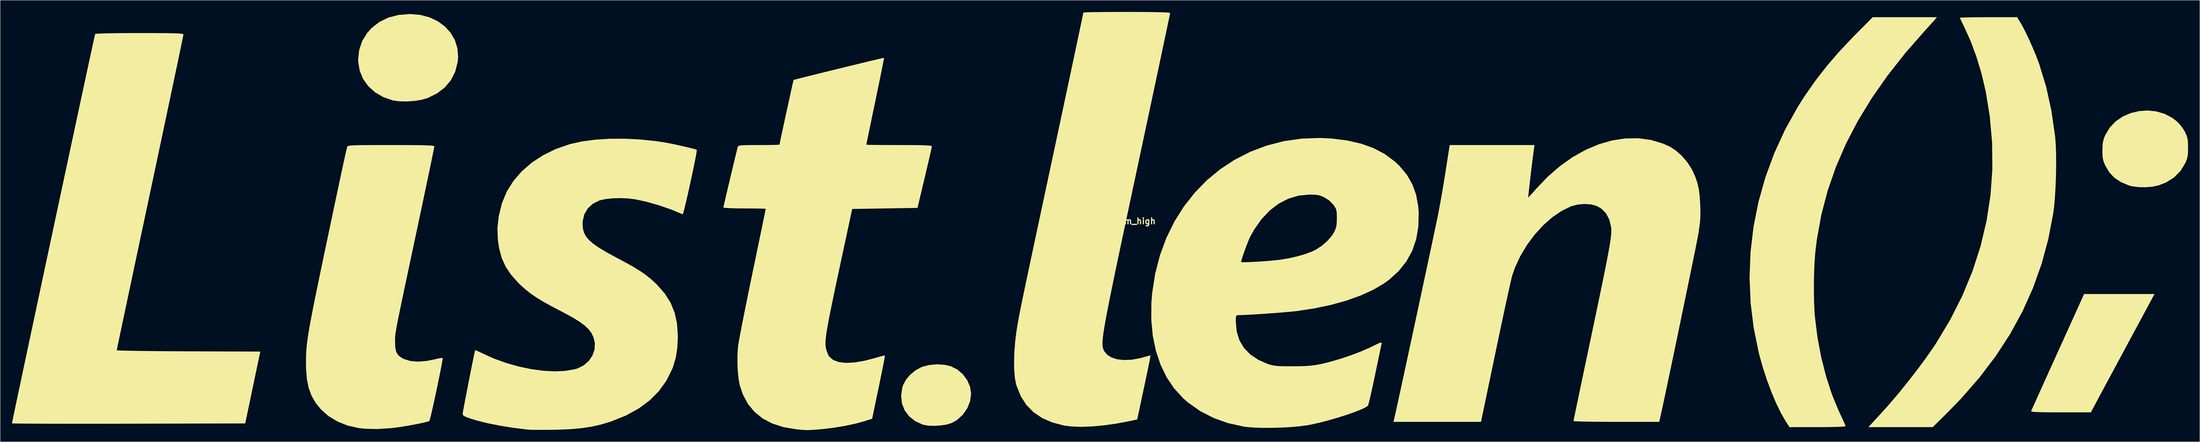
<source format=kicad_pcb>
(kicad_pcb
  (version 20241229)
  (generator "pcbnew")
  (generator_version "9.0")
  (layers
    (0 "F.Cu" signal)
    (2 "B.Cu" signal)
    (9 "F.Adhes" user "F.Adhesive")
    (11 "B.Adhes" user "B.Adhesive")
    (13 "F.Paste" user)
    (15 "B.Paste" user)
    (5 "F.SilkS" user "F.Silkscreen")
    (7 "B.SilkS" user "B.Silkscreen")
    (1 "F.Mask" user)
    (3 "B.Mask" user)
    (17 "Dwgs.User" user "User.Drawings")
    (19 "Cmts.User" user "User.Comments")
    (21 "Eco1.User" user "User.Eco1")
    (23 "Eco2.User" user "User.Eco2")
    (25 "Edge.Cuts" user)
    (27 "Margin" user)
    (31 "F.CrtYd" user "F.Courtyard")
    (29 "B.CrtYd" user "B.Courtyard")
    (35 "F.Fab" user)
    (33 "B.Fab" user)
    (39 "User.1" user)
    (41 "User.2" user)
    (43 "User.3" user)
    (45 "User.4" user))
  (footprint "list-dotlen_107mm_high"
    (layer "F.Cu")
    (at 277.779 53.502)
    (property "Reference" "list-dotlen_107mm_high" (at 0 0 0) (layer "F.SilkS") (effects (font (size 1.524 1.524) (thickness 0.3))))
    (attr board_only exclude_from_pos_files exclude_from_bom)
    (fp_poly (pts (xy 262.869 30.196) (xy 261.551 32.648) (xy 260.246 35.077) (xy 258.989 37.418) (xy 257.816 39.604) (xy 256.762 41.568) (xy 255.864 43.244) (xy 255.156 44.564) (xy 254.748 45.328) (xy 252.836 48.909) (xy 245.148 48.909) (xy 242.824 48.904) (xy 240.993 48.888) (xy 239.609 48.859) (xy 238.624 48.815) (xy 237.991 48.754) (xy 237.663 48.674) (xy 237.592 48.572) (xy 237.593 48.571) (xy 237.725 48.27) (xy 238.061 47.52) (xy 238.58 46.366) (xy 239.262 44.851) (xy 240.089 43.019) (xy 241.039 40.913) (xy 242.093 38.579) (xy 243.232 36.058) (xy 244.416 33.439) (xy 251.105 18.645) (xy 269.078 18.645)) (stroke (width 0) (type solid)) (fill yes) (layer "F.SilkS"))
    (fp_poly (pts (xy -39.65 36.761) (xy -38.109 37.13) (xy -36.471 37.961) (xy -35.06 39.185) (xy -33.953 40.697) (xy -33.229 42.389) (xy -32.966 44.155) (xy -32.966 44.179) (xy -33.224 46.068) (xy -33.949 47.88) (xy -35.07 49.503) (xy -36.514 50.831) (xy -37.892 51.623) (xy -39.158 52.016) (xy -40.728 52.267) (xy -42.402 52.367) (xy -43.979 52.303) (xy -45.259 52.063) (xy -45.308 52.048) (xy -47.236 51.165) (xy -48.782 49.934) (xy -49.916 48.412) (xy -50.609 46.658) (xy -50.831 44.73) (xy -50.553 42.689) (xy -50.347 42.001) (xy -49.634 40.616) (xy -48.518 39.287) (xy -47.13 38.145) (xy -45.603 37.319) (xy -45.522 37.287) (xy -43.698 36.801) (xy -41.666 36.624)) (stroke (width 0) (type solid)) (fill yes) (layer "F.SilkS"))
    (fp_poly (pts (xy -173.565 -52.742) (xy -171.184 -52.112) (xy -169.071 -51.11) (xy -167.264 -49.78) (xy -165.803 -48.16) (xy -164.729 -46.293) (xy -164.082 -44.22) (xy -163.902 -41.98) (xy -164.035 -40.565) (xy -164.675 -38.144) (xy -165.768 -36.012) (xy -167.302 -34.183) (xy -169.265 -32.672) (xy -171.646 -31.492) (xy -171.785 -31.439) (xy -173.32 -31.009) (xy -175.165 -30.725) (xy -177.121 -30.6) (xy -178.988 -30.645) (xy -180.567 -30.872) (xy -180.678 -30.9) (xy -183.069 -31.749) (xy -185.135 -32.97) (xy -186.838 -34.517) (xy -188.142 -36.345) (xy -189.007 -38.409) (xy -189.397 -40.665) (xy -189.416 -41.324) (xy -189.154 -43.78) (xy -188.386 -46.051) (xy -187.125 -48.11) (xy -186.023 -49.343) (xy -184.031 -50.916) (xy -181.734 -52.044) (xy -179.135 -52.727) (xy -176.241 -52.962) (xy -176.171 -52.962)) (stroke (width 0) (type solid)) (fill yes) (layer "F.SilkS"))
    (fp_poly (pts (xy 269.584 -28.052) (xy 271.717 -27.414) (xy 273.691 -26.363) (xy 274.916 -25.395) (xy 275.751 -24.476) (xy 276.539 -23.366) (xy 276.895 -22.736) (xy 277.271 -21.895) (xy 277.497 -21.133) (xy 277.609 -20.257) (xy 277.643 -19.073) (xy 277.644 -18.78) (xy 277.617 -17.48) (xy 277.516 -16.524) (xy 277.304 -15.716) (xy 276.946 -14.861) (xy 276.941 -14.849) (xy 275.709 -12.831) (xy 274.084 -11.181) (xy 272.072 -9.906) (xy 270.188 -9.159) (xy 268.608 -8.817) (xy 266.799 -8.662) (xy 264.965 -8.695) (xy 263.313 -8.915) (xy 262.508 -9.133) (xy 260.446 -10.012) (xy 258.818 -11.102) (xy 257.535 -12.482) (xy 256.505 -14.227) (xy 256.461 -14.321) (xy 256.093 -15.208) (xy 255.883 -16.048) (xy 255.791 -17.05) (xy 255.778 -18.104) (xy 255.817 -19.4) (xy 255.949 -20.385) (xy 256.218 -21.29) (xy 256.557 -22.099) (xy 257.683 -23.97) (xy 259.181 -25.524) (xy 260.974 -26.747) (xy 262.986 -27.625) (xy 265.143 -28.144) (xy 267.367 -28.291)) (stroke (width 0) (type solid)) (fill yes) (layer "F.SilkS"))
    (fp_poly (pts (xy 213.037 -51.545) (xy 212.635 -51.088) (xy 211.974 -50.354) (xy 211.163 -49.462) (xy 210.658 -48.911) (xy 205.54 -43.065) (xy 200.953 -37.239) (xy 196.886 -31.414) (xy 193.332 -25.572) (xy 190.28 -19.695) (xy 187.723 -13.765) (xy 185.65 -7.763) (xy 184.054 -1.672) (xy 182.925 4.526) (xy 182.529 7.701) (xy 182.344 9.955) (xy 182.217 12.569) (xy 182.149 15.38) (xy 182.142 18.227) (xy 182.196 20.946) (xy 182.313 23.374) (xy 182.398 24.454) (xy 183.044 29.665) (xy 184 34.775) (xy 185.242 39.69) (xy 186.744 44.313) (xy 188.482 48.547) (xy 188.762 49.144) (xy 189.32 50.33) (xy 189.78 51.342) (xy 190.098 52.08) (xy 190.229 52.443) (xy 190.23 52.455) (xy 189.971 52.517) (xy 189.243 52.574) (xy 188.114 52.622) (xy 186.656 52.659) (xy 184.938 52.683) (xy 183.066 52.691) (xy 175.902 52.691) (xy 174.911 51.143) (xy 173.71 49.051) (xy 172.487 46.526) (xy 171.284 43.67) (xy 170.142 40.588) (xy 169.099 37.383) (xy 168.198 34.158) (xy 168.087 33.717) (xy 166.772 27.313) (xy 165.985 20.852) (xy 165.72 14.364) (xy 165.971 7.88) (xy 166.735 1.432) (xy 168.004 -4.952) (xy 169.773 -11.239) (xy 172.038 -17.399) (xy 174.792 -23.401) (xy 178.03 -29.215) (xy 179.766 -31.948) (xy 182.496 -35.869) (xy 185.372 -39.587) (xy 188.505 -43.237) (xy 192.005 -46.955) (xy 192.532 -47.49) (xy 197.149 -52.151) (xy 213.552 -52.151)) (stroke (width 0) (type solid)) (fill yes) (layer "F.SilkS"))
    (fp_poly (pts (xy 234.725 -51.003) (xy 235.393 -49.841) (xy 236.184 -48.297) (xy 237.038 -46.499) (xy 237.898 -44.574) (xy 238.706 -42.65) (xy 239.405 -40.854) (xy 239.663 -40.135) (xy 241.421 -34.352) (xy 242.752 -28.318) (xy 243.667 -21.983) (xy 243.746 -21.235) (xy 243.887 -19.265) (xy 243.961 -16.895) (xy 243.972 -14.26) (xy 243.923 -11.494) (xy 243.819 -8.735) (xy 243.662 -6.116) (xy 243.457 -3.773) (xy 243.235 -2.018) (xy 241.975 4.579) (xy 240.254 10.948) (xy 238.063 17.107) (xy 235.392 23.073) (xy 232.233 28.865) (xy 228.576 34.499) (xy 224.412 39.994) (xy 219.731 45.367) (xy 216.232 48.976) (xy 212.479 52.691) (xy 196.08 52.691) (xy 196.735 51.951) (xy 197.208 51.427) (xy 197.929 50.639) (xy 198.776 49.721) (xy 199.208 49.255) (xy 201.387 46.825) (xy 203.709 44.087) (xy 206.075 41.164) (xy 208.389 38.18) (xy 210.553 35.26) (xy 212.471 32.526) (xy 213.294 31.289) (xy 216.93 25.235) (xy 220.042 19.06) (xy 222.629 12.772) (xy 224.69 6.381) (xy 226.221 -0.105) (xy 227.223 -6.678) (xy 227.693 -13.329) (xy 227.628 -20.05) (xy 227.029 -26.831) (xy 226.008 -33.092) (xy 224.961 -37.592) (xy 223.636 -42.008) (xy 222.083 -46.19) (xy 220.458 -49.781) (xy 219.986 -50.738) (xy 219.626 -51.5) (xy 219.431 -51.947) (xy 219.413 -52.01) (xy 219.671 -52.047) (xy 220.401 -52.081) (xy 221.531 -52.109) (xy 222.993 -52.131) (xy 224.717 -52.146) (xy 226.633 -52.151) (xy 226.705 -52.151) (xy 233.997 -52.151)) (stroke (width 0) (type solid)) (fill yes) (layer "F.SilkS"))
    (fp_poly (pts (xy -242.369 -48.095) (xy -240.034 -48.086) (xy -238.152 -48.069) (xy -236.683 -48.042) (xy -235.582 -48.005) (xy -234.807 -47.956) (xy -234.315 -47.893) (xy -234.062 -47.816) (xy -234.004 -47.741) (xy -234.059 -47.44) (xy -234.221 -46.64) (xy -234.483 -45.369) (xy -234.838 -43.657) (xy -235.282 -41.533) (xy -235.808 -39.025) (xy -236.409 -36.163) (xy -237.08 -32.977) (xy -237.815 -29.494) (xy -238.607 -25.744) (xy -239.45 -21.756) (xy -240.338 -17.559) (xy -241.265 -13.183) (xy -242.225 -8.656) (xy -242.516 -7.287) (xy -243.484 -2.724) (xy -244.422 1.696) (xy -245.322 5.943) (xy -246.179 9.989) (xy -246.986 13.804) (xy -247.738 17.359) (xy -248.429 20.626) (xy -249.051 23.576) (xy -249.6 26.179) (xy -250.069 28.407) (xy -250.452 30.231) (xy -250.742 31.622) (xy -250.935 32.551) (xy -251.023 32.989) (xy -251.028 33.021) (xy -250.765 33.058) (xy -250.005 33.094) (xy -248.793 33.13) (xy -247.173 33.165) (xy -245.188 33.198) (xy -242.882 33.227) (xy -240.299 33.254) (xy -237.484 33.276) (xy -234.479 33.294) (xy -232.713 33.302) (xy -214.399 33.371) (xy -218.239 51.746) (xy -248.009 51.814) (xy -251.971 51.822) (xy -255.778 51.827) (xy -259.396 51.828) (xy -262.791 51.827) (xy -265.928 51.823) (xy -268.773 51.816) (xy -271.29 51.807) (xy -273.446 51.795) (xy -275.207 51.781) (xy -276.537 51.765) (xy -277.402 51.746) (xy -277.768 51.726) (xy -277.779 51.721) (xy -277.723 51.427) (xy -277.562 50.637) (xy -277.301 49.383) (xy -276.947 47.695) (xy -276.507 45.606) (xy -275.988 43.147) (xy -275.396 40.349) (xy -274.738 37.245) (xy -274.021 33.866) (xy -273.252 30.243) (xy -272.437 26.408) (xy -271.583 22.392) (xy -270.697 18.227) (xy -269.785 13.944) (xy -268.855 9.576) (xy -267.912 5.153) (xy -266.964 0.707) (xy -266.018 -3.73) (xy -265.08 -8.127) (xy -264.156 -12.452) (xy -263.254 -16.674) (xy -262.381 -20.761) (xy -261.542 -24.681) (xy -260.745 -28.404) (xy -259.997 -31.897) (xy -259.304 -35.129) (xy -258.673 -38.068) (xy -258.11 -40.684) (xy -257.623 -42.943) (xy -257.218 -44.816) (xy -256.902 -46.269) (xy -256.681 -47.273) (xy -256.563 -47.794) (xy -256.545 -47.864) (xy -256.252 -47.914) (xy -255.476 -47.961) (xy -254.274 -48.002) (xy -252.703 -48.038) (xy -250.821 -48.066) (xy -248.683 -48.086) (xy -246.349 -48.097) (xy -245.202 -48.098)) (stroke (width 0) (type solid)) (fill yes) (layer "F.SilkS"))
    (fp_poly (pts (xy -178.203 -19.452) (xy -175.879 -19.443) (xy -174.01 -19.425) (xy -172.554 -19.397) (xy -171.468 -19.359) (xy -170.709 -19.308) (xy -170.236 -19.244) (xy -170.004 -19.165) (xy -169.964 -19.103) (xy -170.019 -18.79) (xy -170.178 -17.988) (xy -170.433 -16.738) (xy -170.776 -15.078) (xy -171.197 -13.05) (xy -171.69 -10.692) (xy -172.246 -8.044) (xy -172.856 -5.148) (xy -173.511 -2.041) (xy -174.205 1.235) (xy -174.576 2.987) (xy -175.473 7.215) (xy -176.265 10.948) (xy -176.959 14.22) (xy -177.56 17.064) (xy -178.076 19.515) (xy -178.513 21.606) (xy -178.878 23.371) (xy -179.177 24.844) (xy -179.417 26.059) (xy -179.604 27.048) (xy -179.746 27.847) (xy -179.848 28.489) (xy -179.918 29.008) (xy -179.961 29.437) (xy -179.985 29.81) (xy -179.996 30.161) (xy -180.001 30.525) (xy -180.004 30.816) (xy -179.946 32.352) (xy -179.687 33.479) (xy -179.17 34.311) (xy -178.336 34.959) (xy -177.715 35.281) (xy -176.093 35.778) (xy -174.138 35.942) (xy -171.946 35.772) (xy -170.097 35.398) (xy -169.099 35.162) (xy -168.317 35.016) (xy -167.885 34.981) (xy -167.844 34.995) (xy -167.86 35.287) (xy -167.977 36.026) (xy -168.179 37.135) (xy -168.45 38.533) (xy -168.773 40.141) (xy -169.131 41.88) (xy -169.507 43.67) (xy -169.885 45.434) (xy -170.248 47.09) (xy -170.579 48.561) (xy -170.862 49.766) (xy -171.08 50.627) (xy -171.216 51.064) (xy -171.236 51.098) (xy -171.611 51.257) (xy -172.419 51.473) (xy -173.562 51.729) (xy -174.937 52.004) (xy -176.445 52.28) (xy -177.984 52.539) (xy -179.455 52.759) (xy -180.756 52.924) (xy -181.004 52.95) (xy -184.611 53.18) (xy -187.788 53.097) (xy -189.274 52.931) (xy -192.107 52.29) (xy -194.721 51.242) (xy -197.036 49.828) (xy -198.847 48.222) (xy -200.245 46.509) (xy -201.302 44.687) (xy -202.048 42.669) (xy -202.51 40.367) (xy -202.717 37.694) (xy -202.735 36.344) (xy -202.729 35.463) (xy -202.714 34.625) (xy -202.685 33.8) (xy -202.634 32.954) (xy -202.558 32.057) (xy -202.449 31.076) (xy -202.303 29.98) (xy -202.113 28.737) (xy -201.875 27.315) (xy -201.581 25.682) (xy -201.226 23.807) (xy -200.806 21.658) (xy -200.313 19.203) (xy -199.742 16.41) (xy -199.088 13.247) (xy -198.345 9.684) (xy -197.507 5.687) (xy -196.568 1.226) (xy -195.523 -3.733) (xy -195.513 -3.783) (xy -194.806 -7.128) (xy -194.202 -9.98) (xy -193.691 -12.374) (xy -193.267 -14.348) (xy -192.92 -15.937) (xy -192.645 -17.176) (xy -192.432 -18.103) (xy -192.274 -18.752) (xy -192.213 -18.982) (xy -192.152 -19.1) (xy -192.005 -19.196) (xy -191.724 -19.273) (xy -191.259 -19.333) (xy -190.562 -19.379) (xy -189.584 -19.411) (xy -188.275 -19.433) (xy -186.587 -19.446) (xy -184.471 -19.453) (xy -181.878 -19.455) (xy -181.024 -19.455)) (stroke (width 0) (type solid)) (fill yes) (layer "F.SilkS"))
    (fp_poly (pts (xy 9.775 -53.496) (xy 12.339 -53.476) (xy 14.431 -53.445) (xy 16.038 -53.401) (xy 17.144 -53.346) (xy 17.734 -53.28) (xy 17.834 -53.234) (xy 17.779 -52.944) (xy 17.617 -52.154) (xy 17.354 -50.893) (xy 16.997 -49.191) (xy 16.552 -47.077) (xy 16.025 -44.579) (xy 15.422 -41.726) (xy 14.749 -38.548) (xy 14.013 -35.073) (xy 13.219 -31.33) (xy 12.373 -27.349) (xy 11.482 -23.158) (xy 10.552 -18.787) (xy 9.59 -14.264) (xy 9.3 -12.905) (xy 8.096 -7.25) (xy 7 -2.098) (xy 6.008 2.574) (xy 5.117 6.793) (xy 4.32 10.582) (xy 3.614 13.966) (xy 2.994 16.971) (xy 2.457 19.62) (xy 1.996 21.939) (xy 1.609 23.953) (xy 1.29 25.686) (xy 1.035 27.162) (xy 0.84 28.408) (xy 0.7 29.447) (xy 0.61 30.304) (xy 0.567 31.004) (xy 0.565 31.572) (xy 0.601 32.033) (xy 0.669 32.411) (xy 0.766 32.731) (xy 0.887 33.018) (xy 0.996 33.236) (xy 1.757 34.165) (xy 2.837 34.857) (xy 4.27 35.331) (xy 6.034 35.527) (xy 7.998 35.447) (xy 10.028 35.09) (xy 10.8 34.879) (xy 11.742 34.605) (xy 12.455 34.422) (xy 12.81 34.363) (xy 12.825 34.368) (xy 12.79 34.644) (xy 12.654 35.377) (xy 12.433 36.496) (xy 12.14 37.93) (xy 11.79 39.608) (xy 11.451 41.207) (xy 11.041 43.129) (xy 10.653 44.951) (xy 10.306 46.583) (xy 10.02 47.933) (xy 9.812 48.912) (xy 9.722 49.345) (xy 9.434 50.727) (xy 7.352 51.174) (xy 4.135 51.784) (xy 0.97 52.231) (xy -2.052 52.509) (xy -4.84 52.611) (xy -7.3 52.533) (xy -9.225 52.289) (xy -12.245 51.498) (xy -14.859 50.352) (xy -17.073 48.847) (xy -18.892 46.976) (xy -20.32 44.737) (xy -21.364 42.124) (xy -21.511 41.613) (xy -21.795 40.11) (xy -21.958 38.187) (xy -22.002 35.952) (xy -21.928 33.511) (xy -21.737 30.973) (xy -21.43 28.443) (xy -21.379 28.102) (xy -21.275 27.438) (xy -21.17 26.786) (xy -21.058 26.114) (xy -20.93 25.391) (xy -20.781 24.583) (xy -20.605 23.66) (xy -20.393 22.589) (xy -20.141 21.337) (xy -19.841 19.873) (xy -19.487 18.165) (xy -19.071 16.181) (xy -18.588 13.888) (xy -18.031 11.254) (xy -17.393 8.248) (xy -16.668 4.838) (xy -15.849 0.99) (xy -14.929 -3.326) (xy -14.053 -7.431) (xy -12.734 -13.619) (xy -11.503 -19.397) (xy -10.362 -24.755) (xy -9.313 -29.684) (xy -8.358 -34.174) (xy -7.5 -38.217) (xy -6.739 -41.802) (xy -6.079 -44.921) (xy -5.521 -47.564) (xy -5.067 -49.722) (xy -4.719 -51.385) (xy -4.478 -52.545) (xy -4.348 -53.193) (xy -4.323 -53.334) (xy -4.063 -53.37) (xy -3.318 -53.404) (xy -2.146 -53.434) (xy -0.603 -53.459) (xy 1.255 -53.48) (xy 3.37 -53.494) (xy 5.687 -53.501) (xy 6.755 -53.502)) (stroke (width 0) (type solid)) (fill yes) (layer "F.SilkS"))
    (fp_poly (pts (xy -117.287 -20.871) (xy -113.265 -20.44) (xy -111.193 -20.126) (xy -110.188 -19.941) (xy -108.96 -19.691) (xy -107.617 -19.401) (xy -106.268 -19.096) (xy -105.023 -18.801) (xy -103.989 -18.542) (xy -103.276 -18.343) (xy -102.997 -18.235) (xy -103.004 -17.94) (xy -103.117 -17.203) (xy -103.318 -16.101) (xy -103.591 -14.71) (xy -103.92 -13.106) (xy -104.287 -11.366) (xy -104.675 -9.568) (xy -105.069 -7.788) (xy -105.451 -6.102) (xy -105.804 -4.587) (xy -106.113 -3.32) (xy -106.36 -2.378) (xy -106.528 -1.837) (xy -106.589 -1.738) (xy -109.563 -2.983) (xy -112.796 -4.097) (xy -116.054 -5.008) (xy -118.759 -5.581) (xy -120.531 -5.799) (xy -122.455 -5.882) (xy -124.37 -5.836) (xy -126.116 -5.665) (xy -127.535 -5.375) (xy -127.826 -5.282) (xy -129.522 -4.432) (xy -130.822 -3.236) (xy -131.693 -1.738) (xy -132.104 0.018) (xy -132.134 0.676) (xy -132.057 1.836) (xy -131.796 2.879) (xy -131.307 3.849) (xy -130.547 4.788) (xy -129.47 5.741) (xy -128.034 6.752) (xy -126.194 7.863) (xy -123.906 9.118) (xy -123.279 9.449) (xy -120.949 10.696) (xy -119.027 11.785) (xy -117.426 12.774) (xy -116.062 13.722) (xy -114.846 14.687) (xy -113.692 15.727) (xy -113.071 16.334) (xy -111.124 18.563) (xy -109.654 20.903) (xy -108.632 23.427) (xy -108.03 26.205) (xy -107.82 29.308) (xy -107.82 29.564) (xy -107.947 32.394) (xy -108.339 34.892) (xy -109.021 37.212) (xy -109.255 37.82) (xy -110.734 40.798) (xy -112.645 43.47) (xy -114.994 45.841) (xy -117.787 47.915) (xy -121.029 49.699) (xy -124.726 51.196) (xy -125.1 51.324) (xy -127.45 52.029) (xy -129.831 52.568) (xy -132.359 52.955) (xy -135.149 53.209) (xy -138.319 53.345) (xy -139.43 53.366) (xy -141.181 53.385) (xy -142.815 53.391) (xy -144.23 53.385) (xy -145.324 53.366) (xy -145.994 53.337) (xy -146.05 53.332) (xy -149.703 52.882) (xy -153.153 52.334) (xy -156.311 51.705) (xy -159.088 51.012) (xy -160.912 50.444) (xy -161.888 50.087) (xy -162.449 49.811) (xy -162.697 49.541) (xy -162.734 49.206) (xy -162.728 49.146) (xy -162.654 48.687) (xy -162.495 47.807) (xy -162.266 46.585) (xy -161.983 45.1) (xy -161.661 43.433) (xy -161.316 41.662) (xy -160.964 39.867) (xy -160.62 38.126) (xy -160.299 36.519) (xy -160.017 35.125) (xy -159.791 34.024) (xy -159.634 33.294) (xy -159.563 33.016) (xy -159.563 33.016) (xy -159.3 33.086) (xy -158.687 33.35) (xy -157.853 33.752) (xy -157.791 33.783) (xy -154.806 35.135) (xy -151.666 36.273) (xy -148.452 37.184) (xy -145.247 37.856) (xy -142.131 38.275) (xy -139.186 38.428) (xy -136.494 38.303) (xy -134.136 37.886) (xy -133.434 37.678) (xy -131.87 36.91) (xy -130.583 35.788) (xy -129.634 34.407) (xy -129.087 32.864) (xy -129.003 31.253) (xy -129.043 30.96) (xy -129.336 29.771) (xy -129.828 28.694) (xy -130.57 27.682) (xy -131.613 26.688) (xy -133.005 25.666) (xy -134.798 24.57) (xy -137.042 23.352) (xy -137.53 23.1) (xy -140 21.805) (xy -142.054 20.665) (xy -143.772 19.626) (xy -145.238 18.632) (xy -146.532 17.631) (xy -147.736 16.568) (xy -148.501 15.826) (xy -150.355 13.761) (xy -151.753 11.683) (xy -152.758 9.465) (xy -153.429 6.979) (xy -153.751 4.868) (xy -153.87 1.82) (xy -153.53 -1.281) (xy -152.72 -4.527) (xy -152.655 -4.732) (xy -151.455 -7.606) (xy -149.777 -10.285) (xy -147.656 -12.738) (xy -145.128 -14.933) (xy -142.231 -16.84) (xy -139.001 -18.426) (xy -135.474 -19.66) (xy -135.313 -19.705) (xy -132.311 -20.375) (xy -128.909 -20.828) (xy -125.207 -21.063) (xy -121.3 -21.078)) (stroke (width 0) (type solid)) (fill yes) (layer "F.SilkS"))
    (fp_poly (pts (xy 140.511 -20.764) (xy 143.603 -19.841) (xy 145.381 -19.048) (xy 146.911 -18.055) (xy 148.437 -16.679) (xy 149.824 -15.06) (xy 150.94 -13.34) (xy 151.153 -12.928) (xy 151.882 -11.3) (xy 152.41 -9.758) (xy 152.771 -8.148) (xy 153.001 -6.314) (xy 153.133 -4.102) (xy 153.134 -4.053) (xy 153.178 -2.466) (xy 153.166 -1.13) (xy 153.083 0.135) (xy 152.918 1.511) (xy 152.657 3.18) (xy 152.559 3.757) (xy 152.426 4.47) (xy 152.193 5.661) (xy 151.87 7.278) (xy 151.467 9.27) (xy 150.995 11.587) (xy 150.465 14.176) (xy 149.888 16.987) (xy 149.273 19.968) (xy 148.633 23.068) (xy 147.976 26.237) (xy 147.314 29.422) (xy 146.658 32.573) (xy 146.018 35.638) (xy 145.405 38.567) (xy 144.83 41.307) (xy 144.302 43.809) (xy 143.833 46.02) (xy 143.433 47.889) (xy 143.113 49.366) (xy 142.884 50.398) (xy 142.807 50.732) (xy 142.662 51.34) (xy 131.724 51.34) (xy 129.352 51.335) (xy 127.157 51.321) (xy 125.196 51.298) (xy 123.525 51.268) (xy 122.202 51.233) (xy 121.284 51.192) (xy 120.826 51.147) (xy 120.785 51.129) (xy 120.84 50.837) (xy 120.997 50.057) (xy 121.249 48.83) (xy 121.588 47.197) (xy 122.004 45.199) (xy 122.488 42.876) (xy 123.034 40.27) (xy 123.632 37.421) (xy 124.273 34.37) (xy 124.949 31.158) (xy 125.083 30.521) (xy 126.009 26.121) (xy 126.827 22.216) (xy 127.543 18.774) (xy 128.164 15.763) (xy 128.695 13.149) (xy 129.143 10.9) (xy 129.513 8.984) (xy 129.811 7.367) (xy 130.044 6.016) (xy 130.218 4.9) (xy 130.338 3.986) (xy 130.41 3.24) (xy 130.441 2.631) (xy 130.437 2.125) (xy 130.403 1.69) (xy 130.401 1.669) (xy 129.955 -0.304) (xy 129.126 -1.925) (xy 127.933 -3.167) (xy 126.767 -3.854) (xy 125.319 -4.264) (xy 123.608 -4.388) (xy 121.826 -4.228) (xy 120.189 -3.794) (xy 117.769 -2.626) (xy 115.376 -0.988) (xy 113.068 1.049) (xy 110.905 3.417) (xy 108.947 6.046) (xy 107.252 8.866) (xy 105.88 11.807) (xy 105.158 13.852) (xy 105.015 14.402) (xy 104.774 15.433) (xy 104.444 16.897) (xy 104.037 18.743) (xy 103.562 20.924) (xy 103.031 23.392) (xy 102.454 26.096) (xy 101.842 28.989) (xy 101.205 32.023) (xy 100.909 33.439) (xy 97.174 51.34) (xy 74.839 51.34) (xy 74.982 50.732) (xy 75.149 49.998) (xy 75.418 48.783) (xy 75.779 47.137) (xy 76.221 45.106) (xy 76.734 42.739) (xy 77.308 40.085) (xy 77.932 37.192) (xy 78.596 34.108) (xy 79.29 30.882) (xy 80.003 27.56) (xy 80.725 24.193) (xy 81.446 20.827) (xy 82.155 17.512) (xy 82.842 14.295) (xy 83.497 11.225) (xy 84.109 8.35) (xy 84.668 5.718) (xy 85.164 3.377) (xy 85.586 1.376) (xy 85.923 -0.237) (xy 86.167 -1.414) (xy 86.294 -2.049) (xy 86.659 -3.99) (xy 87.064 -6.256) (xy 87.473 -8.635) (xy 87.85 -10.917) (xy 88.067 -12.295) (xy 88.331 -14) (xy 88.575 -15.574) (xy 88.785 -16.92) (xy 88.945 -17.939) (xy 89.04 -18.535) (xy 89.047 -18.577) (xy 89.195 -19.455) (xy 110.82 -19.455) (xy 110.665 -18.307) (xy 110.497 -17.029) (xy 110.307 -15.533) (xy 110.107 -13.905) (xy 109.905 -12.232) (xy 109.712 -10.6) (xy 109.538 -9.095) (xy 109.394 -7.805) (xy 109.289 -6.816) (xy 109.234 -6.214) (xy 109.23 -6.069) (xy 109.424 -6.234) (xy 109.895 -6.73) (xy 110.57 -7.477) (xy 111.258 -8.261) (xy 114.217 -11.368) (xy 117.329 -14.072) (xy 120.562 -16.361) (xy 123.878 -18.224) (xy 127.245 -19.65) (xy 130.626 -20.628) (xy 133.987 -21.147) (xy 137.294 -21.196)) (stroke (width 0) (type solid)) (fill yes) (layer "F.SilkS"))
    (fp_poly (pts (xy 59.136 -21.118) (xy 63.09 -20.615) (xy 66.63 -19.797) (xy 69.788 -18.65) (xy 72.598 -17.161) (xy 75.092 -15.315) (xy 76.344 -14.142) (xy 78.23 -11.892) (xy 79.65 -9.43) (xy 80.621 -6.716) (xy 81.162 -3.707) (xy 81.274 -2.131) (xy 81.186 1.389) (xy 80.633 4.636) (xy 79.611 7.616) (xy 78.118 10.334) (xy 76.152 12.794) (xy 73.709 15.003) (xy 72.417 15.941) (xy 69.688 17.553) (xy 66.494 19.015) (xy 62.893 20.308) (xy 58.944 21.413) (xy 54.706 22.313) (xy 50.237 22.99) (xy 49.449 23.082) (xy 48.201 23.208) (xy 46.605 23.347) (xy 44.775 23.491) (xy 42.821 23.634) (xy 40.856 23.766) (xy 38.992 23.882) (xy 37.342 23.972) (xy 36.017 24.031) (xy 35.195 24.049) (xy 34.863 24.091) (xy 34.681 24.3) (xy 34.605 24.8) (xy 34.59 25.714) (xy 34.59 25.738) (xy 34.827 28.254) (xy 35.525 30.49) (xy 36.682 32.442) (xy 38.298 34.11) (xy 40.371 35.491) (xy 42.704 36.514) (xy 43.41 36.746) (xy 44.087 36.912) (xy 44.843 37.023) (xy 45.79 37.089) (xy 47.037 37.121) (xy 48.695 37.129) (xy 49.044 37.129) (xy 51.001 37.112) (xy 52.567 37.056) (xy 53.887 36.95) (xy 55.11 36.782) (xy 56.383 36.539) (xy 56.474 36.519) (xy 58.848 35.936) (xy 61.442 35.168) (xy 64.078 34.276) (xy 66.579 33.322) (xy 68.769 32.365) (xy 69.267 32.122) (xy 70.428 31.549) (xy 71.186 31.201) (xy 71.619 31.057) (xy 71.803 31.094) (xy 71.817 31.292) (xy 71.793 31.403) (xy 71.701 31.822) (xy 71.516 32.696) (xy 71.253 33.951) (xy 70.928 35.511) (xy 70.556 37.303) (xy 70.152 39.251) (xy 70.111 39.451) (xy 69.703 41.393) (xy 69.319 43.167) (xy 68.973 44.703) (xy 68.684 45.93) (xy 68.466 46.778) (xy 68.336 47.175) (xy 68.327 47.19) (xy 67.81 47.575) (xy 66.847 48.056) (xy 65.516 48.607) (xy 63.895 49.203) (xy 62.066 49.817) (xy 60.105 50.424) (xy 58.094 50.998) (xy 56.111 51.513) (xy 54.235 51.943) (xy 52.962 52.192) (xy 51.126 52.452) (xy 48.951 52.653) (xy 46.568 52.793) (xy 44.109 52.869) (xy 41.706 52.877) (xy 39.49 52.814) (xy 37.593 52.679) (xy 36.614 52.554) (xy 32.613 51.666) (xy 28.9 50.339) (xy 25.494 48.582) (xy 22.414 46.404) (xy 21.124 45.273) (xy 18.834 42.766) (xy 16.908 39.881) (xy 15.354 36.651) (xy 14.181 33.108) (xy 13.399 29.283) (xy 13.018 25.207) (xy 13.046 20.913) (xy 13.246 18.413) (xy 14.013 13.455) (xy 14.787 10.455) (xy 35.938 10.455) (xy 36.191 10.507) (xy 36.887 10.516) (xy 37.93 10.487) (xy 39.223 10.427) (xy 40.672 10.341) (xy 42.181 10.234) (xy 43.653 10.112) (xy 44.994 9.982) (xy 46.071 9.853) (xy 48.201 9.491) (xy 50.332 9) (xy 52.319 8.421) (xy 54.014 7.796) (xy 54.96 7.347) (xy 56.572 6.292) (xy 58.033 5.002) (xy 59.196 3.619) (xy 59.657 2.866) (xy 60.041 2.035) (xy 60.263 1.242) (xy 60.363 0.282) (xy 60.385 -0.719) (xy 60.371 -1.856) (xy 60.292 -2.632) (xy 60.104 -3.224) (xy 59.765 -3.811) (xy 59.571 -4.093) (xy 58.443 -5.268) (xy 57.262 -6.024) (xy 56.46 -6.4) (xy 55.742 -6.628) (xy 54.921 -6.743) (xy 53.812 -6.78) (xy 53.31 -6.781) (xy 50.589 -6.514) (xy 47.986 -5.733) (xy 45.528 -4.458) (xy 43.243 -2.709) (xy 41.157 -0.506) (xy 39.298 2.134) (xy 38.258 4.005) (xy 37.949 4.691) (xy 37.555 5.667) (xy 37.124 6.806) (xy 36.7 7.979) (xy 36.331 9.057) (xy 36.063 9.912) (xy 35.941 10.415) (xy 35.938 10.455) (xy 14.787 10.455) (xy 15.23 8.741) (xy 16.871 4.291) (xy 18.914 0.126) (xy 21.335 -3.733) (xy 24.108 -7.266) (xy 27.209 -10.451) (xy 30.616 -13.268) (xy 34.303 -15.695) (xy 38.246 -17.713) (xy 42.422 -19.301) (xy 46.805 -20.437) (xy 51.373 -21.101) (xy 56.1 -21.271)) (stroke (width 0) (type solid)) (fill yes) (layer "F.SilkS"))
    (fp_poly (pts (xy -55.19 -41.768) (xy -55.228 -41.498) (xy -55.367 -40.754) (xy -55.594 -39.592) (xy -55.899 -38.067) (xy -56.271 -36.234) (xy -56.698 -34.148) (xy -57.17 -31.865) (xy -57.419 -30.667) (xy -57.911 -28.304) (xy -58.366 -26.111) (xy -58.774 -24.142) (xy -59.124 -22.453) (xy -59.403 -21.099) (xy -59.6 -20.135) (xy -59.704 -19.618) (xy -59.717 -19.544) (xy -59.458 -19.522) (xy -58.723 -19.502) (xy -57.577 -19.485) (xy -56.087 -19.471) (xy -54.315 -19.461) (xy -52.328 -19.456) (xy -51.34 -19.455) (xy -48.887 -19.451) (xy -46.929 -19.436) (xy -45.421 -19.408) (xy -44.317 -19.367) (xy -43.573 -19.31) (xy -43.143 -19.235) (xy -42.982 -19.14) (xy -42.978 -19.118) (xy -43.042 -18.777) (xy -43.216 -17.98) (xy -43.485 -16.795) (xy -43.831 -15.291) (xy -44.241 -13.537) (xy -44.697 -11.601) (xy -44.821 -11.079) (xy -46.65 -3.378) (xy -54.984 -3.243) (xy -63.318 -3.107) (xy -66.244 10.538) (xy -67.051 14.317) (xy -67.748 17.606) (xy -68.341 20.445) (xy -68.837 22.872) (xy -69.242 24.927) (xy -69.562 26.648) (xy -69.805 28.073) (xy -69.977 29.241) (xy -70.085 30.191) (xy -70.135 30.961) (xy -70.134 31.59) (xy -70.088 32.118) (xy -70.007 32.57) (xy -69.724 33.526) (xy -69.362 34.359) (xy -69.164 34.674) (xy -68.156 35.523) (xy -66.733 36.051) (xy -64.913 36.259) (xy -62.716 36.146) (xy -60.161 35.712) (xy -57.269 34.956) (xy -56.891 34.841) (xy -55.981 34.577) (xy -55.296 34.411) (xy -54.977 34.376) (xy -54.971 34.379) (xy -54.999 34.658) (xy -55.127 35.401) (xy -55.342 36.542) (xy -55.631 38.015) (xy -55.982 39.757) (xy -56.382 41.7) (xy -56.551 42.514) (xy -58.231 50.549) (xy -60.295 51.201) (xy -62.454 51.793) (xy -64.976 52.335) (xy -67.687 52.795) (xy -70.409 53.141) (xy -71.336 53.23) (xy -72.796 53.352) (xy -73.881 53.425) (xy -74.752 53.449) (xy -75.574 53.423) (xy -76.508 53.349) (xy -77.686 53.228) (xy -80.912 52.677) (xy -83.754 51.749) (xy -86.21 50.446) (xy -88.278 48.768) (xy -89.955 46.719) (xy -91.24 44.299) (xy -92.005 42.018) (xy -92.3 40.49) (xy -92.503 38.599) (xy -92.609 36.519) (xy -92.609 34.42) (xy -92.496 32.475) (xy -92.436 31.919) (xy -92.324 31.196) (xy -92.112 30) (xy -91.81 28.385) (xy -91.429 26.406) (xy -90.979 24.12) (xy -90.472 21.58) (xy -89.919 18.842) (xy -89.33 15.961) (xy -88.755 13.184) (xy -88.158 10.306) (xy -87.594 7.588) (xy -87.073 5.076) (xy -86.605 2.814) (xy -86.2 0.85) (xy -85.866 -0.772) (xy -85.613 -2.006) (xy -85.45 -2.807) (xy -85.388 -3.127) (xy -85.387 -3.131) (xy -85.644 -3.165) (xy -86.36 -3.195) (xy -87.455 -3.219) (xy -88.848 -3.235) (xy -90.457 -3.242) (xy -90.791 -3.243) (xy -92.482 -3.254) (xy -93.943 -3.287) (xy -95.098 -3.337) (xy -95.873 -3.402) (xy -96.192 -3.477) (xy -96.196 -3.487) (xy -96.136 -3.795) (xy -95.968 -4.547) (xy -95.712 -5.662) (xy -95.386 -7.061) (xy -95.011 -8.661) (xy -94.604 -10.382) (xy -94.186 -12.143) (xy -93.776 -13.864) (xy -93.392 -15.462) (xy -93.054 -16.858) (xy -92.781 -17.97) (xy -92.592 -18.718) (xy -92.52 -18.982) (xy -92.428 -19.146) (xy -92.218 -19.267) (xy -91.817 -19.352) (xy -91.155 -19.407) (xy -90.159 -19.439) (xy -88.758 -19.452) (xy -87.125 -19.455) (xy -85.508 -19.461) (xy -84.092 -19.477) (xy -82.96 -19.5) (xy -82.195 -19.531) (xy -81.878 -19.566) (xy -81.874 -19.57) (xy -81.82 -19.865) (xy -81.667 -20.605) (xy -81.432 -21.714) (xy -81.133 -23.114) (xy -80.785 -24.727) (xy -80.407 -26.476) (xy -80.015 -28.283) (xy -79.625 -30.071) (xy -79.255 -31.763) (xy -78.921 -33.28) (xy -78.641 -34.546) (xy -78.43 -35.483) (xy -78.307 -36.013) (xy -78.282 -36.104) (xy -78.009 -36.185) (xy -77.278 -36.376) (xy -76.153 -36.662) (xy -74.7 -37.027) (xy -72.982 -37.455) (xy -71.065 -37.929) (xy -69.014 -38.435) (xy -66.894 -38.957) (xy -64.768 -39.477) (xy -62.703 -39.981) (xy -60.762 -40.453) (xy -59.011 -40.876) (xy -57.514 -41.235) (xy -56.337 -41.514) (xy -55.544 -41.697) (xy -55.199 -41.768)) (stroke (width 0) (type solid)) (fill yes) (layer "F.SilkS")))
  (gr_rect
    (start -3 -3)
    (end 558.422 109.951)
    (stroke (width 0.1) (type default))
    (fill no)
    (layer "Edge.Cuts")))
</source>
